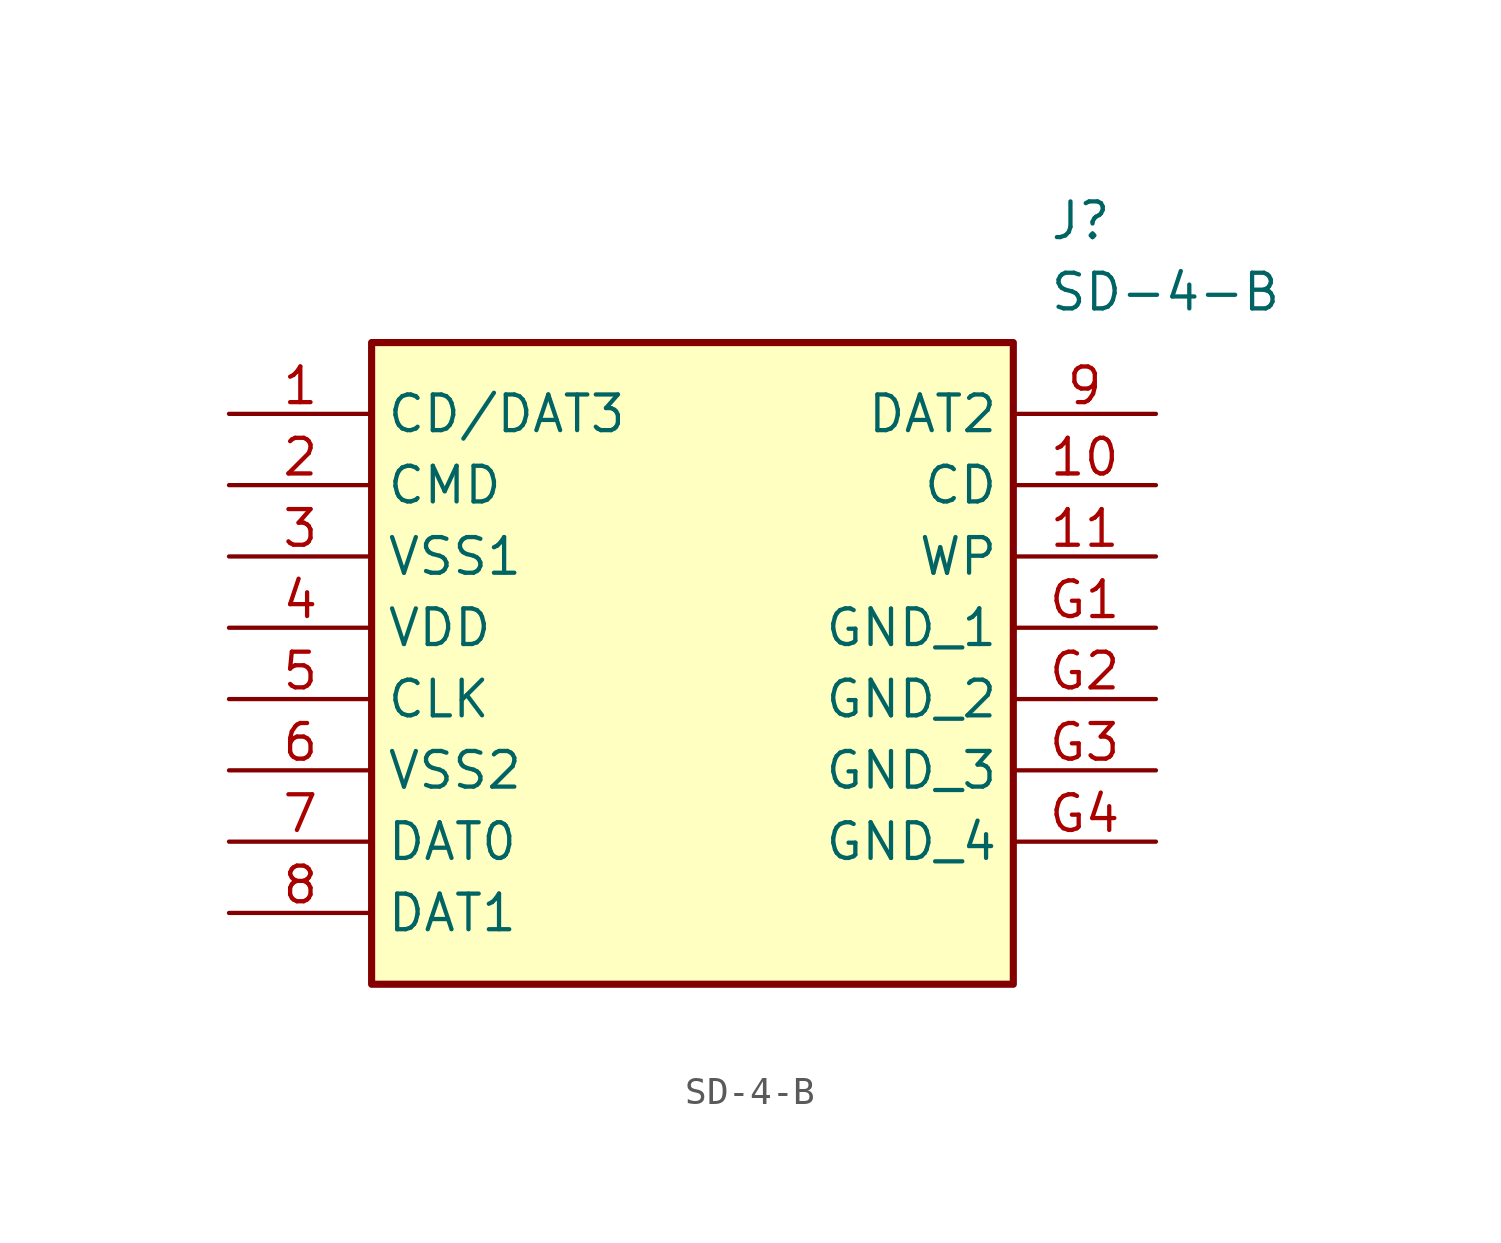
<source format=kicad_sym>
(kicad_symbol_lib
  (version 20231120)
  (generator "kicad_symbol_editor")
  (generator_version "8.0")
  (symbol "SD-4-B"
    (property "Reference" "J"
      (at 29.21 7.62 0)
      (effects (font (size 1.27 1.27)) (justify left top)))
    (property "Value" "SD-4-B"
      (at 29.21 5.08 0)
      (effects (font (size 1.27 1.27)) (justify left top)))
    (symbol "SD-4-B_1_1"
      (rectangle (start 5.08 2.54) (end 27.94 -20.32) (stroke (width 0.254) (type default)) (fill (type background)))
      (pin passive line (at 0 0 0) (length 5.08) (name "CD/DAT3" (effects (font (size 1.27 1.27)))) (number "1" (effects (font (size 1.27 1.27)))))
      (pin passive line (at 33.02 -2.54 180) (length 5.08) (name "CD" (effects (font (size 1.27 1.27)))) (number "10" (effects (font (size 1.27 1.27)))))
      (pin passive line (at 33.02 -5.08 180) (length 5.08) (name "WP" (effects (font (size 1.27 1.27)))) (number "11" (effects (font (size 1.27 1.27)))))
      (pin passive line (at 0 -2.54 0) (length 5.08) (name "CMD" (effects (font (size 1.27 1.27)))) (number "2" (effects (font (size 1.27 1.27)))))
      (pin passive line (at 0 -5.08 0) (length 5.08) (name "VSS1" (effects (font (size 1.27 1.27)))) (number "3" (effects (font (size 1.27 1.27)))))
      (pin passive line (at 0 -7.62 0) (length 5.08) (name "VDD" (effects (font (size 1.27 1.27)))) (number "4" (effects (font (size 1.27 1.27)))))
      (pin passive line (at 0 -10.16 0) (length 5.08) (name "CLK" (effects (font (size 1.27 1.27)))) (number "5" (effects (font (size 1.27 1.27)))))
      (pin passive line (at 0 -12.7 0) (length 5.08) (name "VSS2" (effects (font (size 1.27 1.27)))) (number "6" (effects (font (size 1.27 1.27)))))
      (pin passive line (at 0 -15.24 0) (length 5.08) (name "DAT0" (effects (font (size 1.27 1.27)))) (number "7" (effects (font (size 1.27 1.27)))))
      (pin passive line (at 0 -17.78 0) (length 5.08) (name "DAT1" (effects (font (size 1.27 1.27)))) (number "8" (effects (font (size 1.27 1.27)))))
      (pin passive line (at 33.02 0 180) (length 5.08) (name "DAT2" (effects (font (size 1.27 1.27)))) (number "9" (effects (font (size 1.27 1.27)))))
      (pin passive line (at 33.02 -7.62 180) (length 5.08) (name "GND_1" (effects (font (size 1.27 1.27)))) (number "G1" (effects (font (size 1.27 1.27)))))
      (pin passive line (at 33.02 -10.16 180) (length 5.08) (name "GND_2" (effects (font (size 1.27 1.27)))) (number "G2" (effects (font (size 1.27 1.27)))))
      (pin passive line (at 33.02 -12.7 180) (length 5.08) (name "GND_3" (effects (font (size 1.27 1.27)))) (number "G3" (effects (font (size 1.27 1.27)))))
      (pin passive line (at 33.02 -15.24 180) (length 5.08) (name "GND_4" (effects (font (size 1.27 1.27)))) (number "G4" (effects (font (size 1.27 1.27))))))))
</source>
